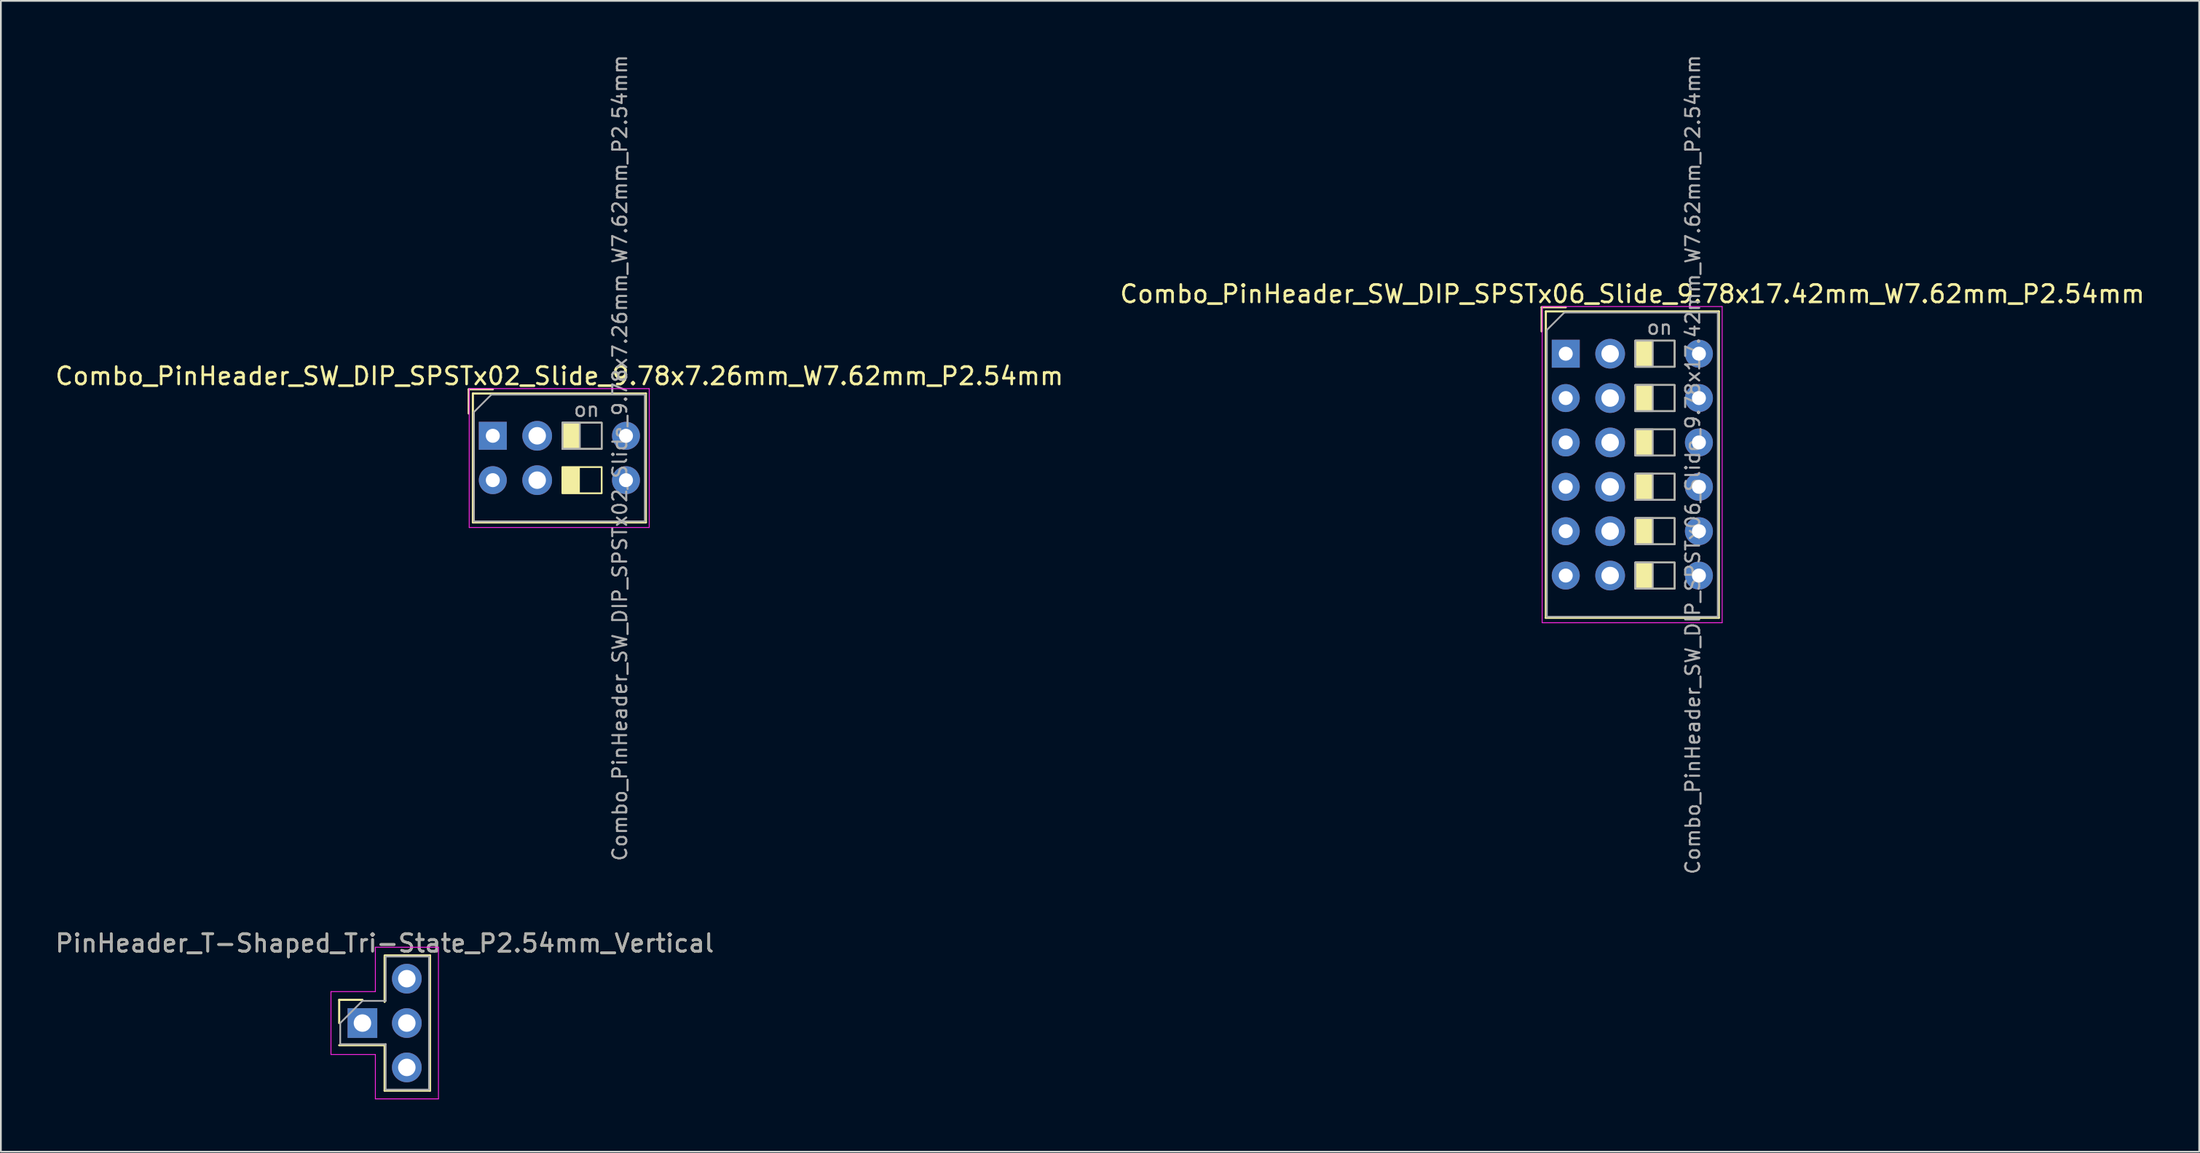
<source format=kicad_pcb>
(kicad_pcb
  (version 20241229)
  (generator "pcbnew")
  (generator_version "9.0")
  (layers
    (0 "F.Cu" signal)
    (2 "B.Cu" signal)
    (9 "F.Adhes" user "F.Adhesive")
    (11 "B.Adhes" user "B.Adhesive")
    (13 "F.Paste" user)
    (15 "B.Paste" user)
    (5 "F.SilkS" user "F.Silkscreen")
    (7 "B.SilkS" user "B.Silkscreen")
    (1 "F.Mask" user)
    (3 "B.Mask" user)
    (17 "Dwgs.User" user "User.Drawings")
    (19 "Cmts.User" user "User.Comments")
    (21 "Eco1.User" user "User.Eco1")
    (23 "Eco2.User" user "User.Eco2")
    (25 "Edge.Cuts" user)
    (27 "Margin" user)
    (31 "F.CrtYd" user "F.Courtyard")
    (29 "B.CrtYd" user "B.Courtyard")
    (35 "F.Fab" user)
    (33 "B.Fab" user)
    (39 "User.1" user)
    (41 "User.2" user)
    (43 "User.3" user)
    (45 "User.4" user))
  (footprint "Combo_PinHeader_SW_DIP_SPSTx06_Slide_9.78x17.42mm_W7.62mm_P2.54mm"
    (layer "F.Cu")
    (at 86.541 17.198)
    (property "Reference" "Combo_PinHeader_SW_DIP_SPSTx06_Slide_9.78x17.42mm_W7.62mm_P2.54mm" (at 3.81 -3.42 0) (layer "F.SilkS") (effects (font (size 1 1) (thickness 0.15))))
    (attr through_hole)
    (fp_line (start -1.38 -2.66) (end -1.38 -1.277) (stroke (width 0.12) (type solid)) (layer "F.SilkS"))
    (fp_line (start -1.38 -2.66) (end 0.004 -2.66) (stroke (width 0.12) (type solid)) (layer "F.SilkS"))
    (fp_line (start -1.14 -2.42) (end -1.14 15.12) (stroke (width 0.12) (type solid)) (layer "F.SilkS"))
    (fp_line (start -1.14 -2.42) (end 8.76 -2.42) (stroke (width 0.12) (type solid)) (layer "F.SilkS"))
    (fp_line (start -1.14 15.12) (end 8.76 15.12) (stroke (width 0.12) (type solid)) (layer "F.SilkS"))
    (fp_line (start 8.76 -2.42) (end 8.76 15.12) (stroke (width 0.12) (type solid)) (layer "F.SilkS"))
    (fp_rect (start 3.98 -0.75) (end 6.23 0.75) (stroke (width 0.1) (type solid)) (fill no) (layer "F.SilkS"))
    (fp_rect (start 3.98 1.79) (end 6.23 3.29) (stroke (width 0.1) (type solid)) (fill no) (layer "F.SilkS"))
    (fp_rect (start 3.98 4.33) (end 6.23 5.83) (stroke (width 0.1) (type solid)) (fill no) (layer "F.SilkS"))
    (fp_rect (start 3.98 6.87) (end 6.23 8.37) (stroke (width 0.1) (type solid)) (fill no) (layer "F.SilkS"))
    (fp_rect (start 3.98 9.41) (end 6.23 10.91) (stroke (width 0.1) (type solid)) (fill no) (layer "F.SilkS"))
    (fp_rect (start 3.98 11.95) (end 6.23 13.45) (stroke (width 0.1) (type solid)) (fill no) (layer "F.SilkS"))
    (fp_poly (pts (xy 4.98 0.75) (xy 3.98 0.75) (xy 3.98 -0.75) (xy 4.98 -0.75)) (stroke (width 0) (type solid)) (fill yes) (layer "F.SilkS"))
    (fp_poly (pts (xy 4.98 3.29) (xy 3.98 3.29) (xy 3.98 1.79) (xy 4.98 1.79)) (stroke (width 0) (type solid)) (fill yes) (layer "F.SilkS"))
    (fp_poly (pts (xy 4.98 5.83) (xy 3.98 5.83) (xy 3.98 4.33) (xy 4.98 4.33)) (stroke (width 0) (type solid)) (fill yes) (layer "F.SilkS"))
    (fp_poly (pts (xy 4.98 8.37) (xy 3.98 8.37) (xy 3.98 6.87) (xy 4.98 6.87)) (stroke (width 0) (type solid)) (fill yes) (layer "F.SilkS"))
    (fp_poly (pts (xy 4.98 10.91) (xy 3.98 10.91) (xy 3.98 9.41) (xy 4.98 9.41)) (stroke (width 0) (type solid)) (fill yes) (layer "F.SilkS"))
    (fp_poly (pts (xy 4.98 13.45) (xy 3.98 13.45) (xy 3.98 11.95) (xy 4.98 11.95)) (stroke (width 0) (type solid)) (fill yes) (layer "F.SilkS"))
    (fp_line (start -1.35 -2.7) (end -1.35 15.4) (stroke (width 0.05) (type solid)) (layer "F.CrtYd"))
    (fp_line (start -1.35 15.4) (end 8.95 15.4) (stroke (width 0.05) (type solid)) (layer "F.CrtYd"))
    (fp_line (start 8.95 -2.7) (end -1.35 -2.7) (stroke (width 0.05) (type solid)) (layer "F.CrtYd"))
    (fp_line (start 8.95 15.4) (end 8.95 -2.7) (stroke (width 0.05) (type solid)) (layer "F.CrtYd"))
    (fp_line (start -1.08 -1.36) (end -0.08 -2.36) (stroke (width 0.1) (type solid)) (layer "F.Fab"))
    (fp_line (start -1.08 15.06) (end -1.08 -1.36) (stroke (width 0.1) (type solid)) (layer "F.Fab"))
    (fp_line (start -0.08 -2.36) (end 8.7 -2.36) (stroke (width 0.1) (type solid)) (layer "F.Fab"))
    (fp_line (start 8.7 -2.36) (end 8.7 15.06) (stroke (width 0.1) (type solid)) (layer "F.Fab"))
    (fp_line (start 8.7 15.06) (end -1.08 15.06) (stroke (width 0.1) (type solid)) (layer "F.Fab"))
    (fp_rect (start 3.98 -0.75) (end 6.23 0.75) (stroke (width 0.1) (type solid)) (fill no) (layer "F.Fab"))
    (fp_rect (start 3.98 1.79) (end 6.23 3.29) (stroke (width 0.1) (type solid)) (fill no) (layer "F.Fab"))
    (fp_rect (start 3.98 4.33) (end 6.23 5.83) (stroke (width 0.1) (type solid)) (fill no) (layer "F.Fab"))
    (fp_rect (start 3.98 6.87) (end 6.23 8.37) (stroke (width 0.1) (type solid)) (fill no) (layer "F.Fab"))
    (fp_rect (start 3.98 9.41) (end 6.23 10.91) (stroke (width 0.1) (type solid)) (fill no) (layer "F.Fab"))
    (fp_rect (start 3.98 11.95) (end 6.23 13.45) (stroke (width 0.1) (type solid)) (fill no) (layer "F.Fab"))
    (fp_poly (pts (xy 4.98 0.75) (xy 3.98 0.75) (xy 3.98 -0.75) (xy 4.98 -0.75)) (stroke (width 0.1) (type solid)) (fill no) (layer "F.Fab"))
    (fp_poly (pts (xy 4.98 3.29) (xy 3.98 3.29) (xy 3.98 1.79) (xy 4.98 1.79)) (stroke (width 0.1) (type solid)) (fill no) (layer "F.Fab"))
    (fp_poly (pts (xy 4.98 5.83) (xy 3.98 5.83) (xy 3.98 4.33) (xy 4.98 4.33)) (stroke (width 0.1) (type solid)) (fill no) (layer "F.Fab"))
    (fp_poly (pts (xy 4.98 8.37) (xy 3.98 8.37) (xy 3.98 6.87) (xy 4.98 6.87)) (stroke (width 0.1) (type solid)) (fill no) (layer "F.Fab"))
    (fp_poly (pts (xy 4.98 10.91) (xy 3.98 10.91) (xy 3.98 9.41) (xy 4.98 9.41)) (stroke (width 0.1) (type solid)) (fill no) (layer "F.Fab"))
    (fp_poly (pts (xy 4.98 13.45) (xy 3.98 13.45) (xy 3.98 11.95) (xy 4.98 11.95)) (stroke (width 0.1) (type solid)) (fill no) (layer "F.Fab"))
    (fp_text user "on" (at 5.365 -1.498 0) (layer "F.Fab") (effects (font (size 0.8 0.8) (thickness 0.12))))
    (fp_text user "${REFERENCE}" (at 7.27 6.35 90) (layer "F.Fab") (effects (font (size 0.8 0.8) (thickness 0.12))))
    (pad "1" thru_hole rect (at 0 0) (size 1.6 1.6) (drill 0.8) (layers "*.Cu" "*.Mask"))
    (pad "2" thru_hole oval (at 0 2.54) (size 1.6 1.6) (drill 0.8) (layers "*.Cu" "*.Mask"))
    (pad "3" thru_hole oval (at 0 5.08) (size 1.6 1.6) (drill 0.8) (layers "*.Cu" "*.Mask"))
    (pad "4" thru_hole oval (at 0 7.62) (size 1.6 1.6) (drill 0.8) (layers "*.Cu" "*.Mask"))
    (pad "5" thru_hole oval (at 0 10.16) (size 1.6 1.6) (drill 0.8) (layers "*.Cu" "*.Mask"))
    (pad "6" thru_hole oval (at 0 12.7) (size 1.6 1.6) (drill 0.8) (layers "*.Cu" "*.Mask"))
    (pad "7" thru_hole oval (at 2.54 12.7) (size 1.7 1.7) (drill 1) (layers "*.Cu" "*.Mask"))
    (pad "7" thru_hole oval (at 7.62 12.7) (size 1.6 1.6) (drill 0.8) (layers "*.Cu" "*.Mask"))
    (pad "8" thru_hole oval (at 2.54 10.16) (size 1.7 1.7) (drill 1) (layers "*.Cu" "*.Mask"))
    (pad "8" thru_hole oval (at 7.62 10.16) (size 1.6 1.6) (drill 0.8) (layers "*.Cu" "*.Mask"))
    (pad "9" thru_hole oval (at 2.54 7.62) (size 1.7 1.7) (drill 1) (layers "*.Cu" "*.Mask"))
    (pad "9" thru_hole oval (at 7.62 7.62) (size 1.6 1.6) (drill 0.8) (layers "*.Cu" "*.Mask"))
    (pad "10" thru_hole oval (at 2.54 5.08) (size 1.7 1.7) (drill 1) (layers "*.Cu" "*.Mask"))
    (pad "10" thru_hole oval (at 7.62 5.08) (size 1.6 1.6) (drill 0.8) (layers "*.Cu" "*.Mask"))
    (pad "11" thru_hole oval (at 2.54 2.54) (size 1.7 1.7) (drill 1) (layers "*.Cu" "*.Mask"))
    (pad "11" thru_hole oval (at 7.62 2.54) (size 1.6 1.6) (drill 0.8) (layers "*.Cu" "*.Mask"))
    (pad "12" thru_hole oval (at 2.54 0) (size 1.7 1.7) (drill 1) (layers "*.Cu" "*.Mask"))
    (pad "12" thru_hole oval (at 7.62 0) (size 1.6 1.6) (drill 0.8) (layers "*.Cu" "*.Mask")))
  (footprint "Combo_PinHeader_SW_DIP_SPSTx02_Slide_9.78x7.26mm_W7.62mm_P2.54mm"
    (layer "F.Cu")
    (at 25.148 21.897)
    (property "Reference" "Combo_PinHeader_SW_DIP_SPSTx02_Slide_9.78x7.26mm_W7.62mm_P2.54mm" (at 3.81 -3.42 0) (layer "F.SilkS") (effects (font (size 1 1) (thickness 0.15))))
    (attr through_hole)
    (fp_line (start -1.38 -2.66) (end -1.38 -1.277) (stroke (width 0.12) (type solid)) (layer "F.SilkS"))
    (fp_line (start -1.38 -2.66) (end 0.004 -2.66) (stroke (width 0.12) (type solid)) (layer "F.SilkS"))
    (fp_line (start -1.14 -2.42) (end -1.14 4.96) (stroke (width 0.12) (type solid)) (layer "F.SilkS"))
    (fp_line (start -1.14 -2.42) (end 8.76 -2.42) (stroke (width 0.12) (type solid)) (layer "F.SilkS"))
    (fp_line (start -1.14 4.96) (end 8.76 4.96) (stroke (width 0.12) (type solid)) (layer "F.SilkS"))
    (fp_line (start 8.76 -2.42) (end 8.76 4.96) (stroke (width 0.12) (type solid)) (layer "F.SilkS"))
    (fp_rect (start 3.98 -0.75) (end 6.23 0.75) (stroke (width 0.1) (type solid)) (fill no) (layer "F.SilkS"))
    (fp_rect (start 3.98 1.79) (end 6.23 3.29) (stroke (width 0.1) (type solid)) (fill no) (layer "F.SilkS"))
    (fp_poly (pts (xy 4.98 0.75) (xy 3.98 0.75) (xy 3.98 -0.75) (xy 4.98 -0.75)) (stroke (width 0) (type solid)) (fill yes) (layer "F.SilkS"))
    (fp_poly (pts (xy 4.98 3.29) (xy 3.98 3.29) (xy 3.98 1.79) (xy 4.98 1.79)) (stroke (width 0) (type solid)) (fill yes) (layer "F.SilkS"))
    (fp_line (start -1.35 -2.7) (end -1.35 5.25) (stroke (width 0.05) (type solid)) (layer "F.CrtYd"))
    (fp_line (start -1.35 5.25) (end 8.95 5.25) (stroke (width 0.05) (type solid)) (layer "F.CrtYd"))
    (fp_line (start 8.95 -2.7) (end -1.35 -2.7) (stroke (width 0.05) (type solid)) (layer "F.CrtYd"))
    (fp_line (start 8.95 5.25) (end 8.95 -2.7) (stroke (width 0.05) (type solid)) (layer "F.CrtYd"))
    (fp_line (start -1.08 -1.36) (end -0.08 -2.36) (stroke (width 0.1) (type solid)) (layer "F.Fab"))
    (fp_line (start -1.08 4.9) (end -1.08 -1.36) (stroke (width 0.1) (type solid)) (layer "F.Fab"))
    (fp_line (start -0.08 -2.36) (end 8.7 -2.36) (stroke (width 0.1) (type solid)) (layer "F.Fab"))
    (fp_line (start 8.7 -2.36) (end 8.7 4.9) (stroke (width 0.1) (type solid)) (layer "F.Fab"))
    (fp_line (start 8.7 4.9) (end -1.08 4.9) (stroke (width 0.1) (type solid)) (layer "F.Fab"))
    (fp_rect (start 3.98 -0.75) (end 6.23 0.75) (stroke (width 0.1) (type solid)) (fill no) (layer "F.Fab"))
    (fp_poly (pts (xy 4.98 0.75) (xy 3.98 0.75) (xy 3.98 -0.75) (xy 4.98 -0.75)) (stroke (width 0.1) (type solid)) (fill no) (layer "F.Fab"))
    (fp_text user "on" (at 5.365 -1.498 0) (layer "F.Fab") (effects (font (size 0.8 0.8) (thickness 0.12))))
    (fp_text user "${REFERENCE}" (at 7.27 1.27 90) (layer "F.Fab") (effects (font (size 0.8 0.8) (thickness 0.12))))
    (pad "1" thru_hole rect (at 0 0) (size 1.6 1.6) (drill 0.8) (layers "*.Cu" "*.Mask"))
    (pad "2" thru_hole oval (at 0 2.54) (size 1.6 1.6) (drill 0.8) (layers "*.Cu" "*.Mask"))
    (pad "3" thru_hole oval (at 2.54 2.54) (size 1.7 1.7) (drill 1) (layers "*.Cu" "*.Mask"))
    (pad "3" thru_hole oval (at 7.62 2.54) (size 1.6 1.6) (drill 0.8) (layers "*.Cu" "*.Mask"))
    (pad "4" thru_hole oval (at 2.54 0) (size 1.7 1.7) (drill 1) (layers "*.Cu" "*.Mask"))
    (pad "4" thru_hole oval (at 7.62 0) (size 1.6 1.6) (drill 0.8) (layers "*.Cu" "*.Mask")))
  (footprint "PinHeader_T-Shaped_Tri-State_P2.54mm_Vertical"
    (layer "F.Cu")
    (at 17.688 55.515)
    (property "Reference" "PinHeader_T-Shaped_Tri-State_P2.54mm_Vertical" (at 1.27 -4.572 0) (layer "F.SilkS") (effects (font (size 1 1) (thickness 0.15))))
    (attr through_hole)
    (fp_line (start -1.33 -1.33) (end 0 -1.33) (stroke (width 0.12) (type solid)) (layer "F.SilkS"))
    (fp_line (start -1.33 0) (end -1.33 -1.33) (stroke (width 0.12) (type solid)) (layer "F.SilkS"))
    (fp_line (start -1.33 1.27) (end 1.27 1.27) (stroke (width 0.12) (type solid)) (layer "F.SilkS"))
    (fp_line (start 1.27 -3.87) (end 3.87 -3.87) (stroke (width 0.12) (type solid)) (layer "F.SilkS"))
    (fp_line (start 1.27 -1.21) (end 1.27 -3.81) (stroke (width 0.12) (type solid)) (layer "F.SilkS"))
    (fp_line (start 1.27 3.87) (end 1.27 1.27) (stroke (width 0.12) (type solid)) (layer "F.SilkS"))
    (fp_line (start 1.27 3.87) (end 3.87 3.87) (stroke (width 0.12) (type solid)) (layer "F.SilkS"))
    (fp_line (start 3.87 -3.87) (end 3.87 3.87) (stroke (width 0.12) (type solid)) (layer "F.SilkS"))
    (fp_line (start -1.8 -1.8) (end -1.8 1.8) (stroke (width 0.05) (type solid)) (layer "F.CrtYd"))
    (fp_line (start -1.8 -1.8) (end 0.74 -1.8) (stroke (width 0.05) (type solid)) (layer "F.CrtYd"))
    (fp_line (start -1.8 1.8) (end 0.74 1.8) (stroke (width 0.05) (type solid)) (layer "F.CrtYd"))
    (fp_line (start 0.74 -4.34) (end 0.74 -1.8) (stroke (width 0.05) (type solid)) (layer "F.CrtYd"))
    (fp_line (start 0.74 1.8) (end 0.74 4.34) (stroke (width 0.05) (type solid)) (layer "F.CrtYd"))
    (fp_line (start 0.74 4.34) (end 4.35 4.34) (stroke (width 0.05) (type solid)) (layer "F.CrtYd"))
    (fp_line (start 4.35 -4.34) (end 0.74 -4.34) (stroke (width 0.05) (type solid)) (layer "F.CrtYd"))
    (fp_line (start 4.35 4.34) (end 4.35 -4.34) (stroke (width 0.05) (type solid)) (layer "F.CrtYd"))
    (fp_line (start -1.27 0) (end -1.27 1.21) (stroke (width 0.1) (type solid)) (layer "F.Fab"))
    (fp_line (start -1.27 0) (end 0 -1.27) (stroke (width 0.1) (type solid)) (layer "F.Fab"))
    (fp_line (start -1.27 1.21) (end 1.33 1.21) (stroke (width 0.1) (type solid)) (layer "F.Fab"))
    (fp_line (start 0 -1.27) (end 1.33 -1.27) (stroke (width 0.1) (type solid)) (layer "F.Fab"))
    (fp_line (start 1.33 -3.81) (end 1.33 -1.27) (stroke (width 0.1) (type solid)) (layer "F.Fab"))
    (fp_line (start 1.33 3.81) (end 1.33 1.21) (stroke (width 0.1) (type solid)) (layer "F.Fab"))
    (fp_line (start 3.81 -3.81) (end 1.33 -3.81) (stroke (width 0.1) (type solid)) (layer "F.Fab"))
    (fp_line (start 3.81 -3.81) (end 3.81 3.81) (stroke (width 0.1) (type solid)) (layer "F.Fab"))
    (fp_line (start 3.81 3.81) (end 1.33 3.81) (stroke (width 0.1) (type solid)) (layer "F.Fab"))
    (fp_text user "${REFERENCE}" (at 1.27 -4.572 180) (layer "F.Fab") (effects (font (size 1 1) (thickness 0.15))))
    (pad "1" thru_hole rect (at 0 0) (size 1.7 1.7) (drill 1) (layers "*.Cu" "*.Mask"))
    (pad "2" thru_hole circle (at 2.54 -2.54) (size 1.7 1.7) (drill 1) (layers "*.Cu" "*.Mask"))
    (pad "3" thru_hole circle (at 2.54 0) (size 1.7 1.7) (drill 1) (layers "*.Cu" "*.Mask"))
    (pad "4" thru_hole circle (at 2.54 2.54) (size 1.7 1.7) (drill 1) (layers "*.Cu" "*.Mask")))
  (gr_rect
    (start -3 -3)
    (end 122.786 62.88)
    (stroke (width 0.1) (type default))
    (fill no)
    (layer "Edge.Cuts")))
</source>
